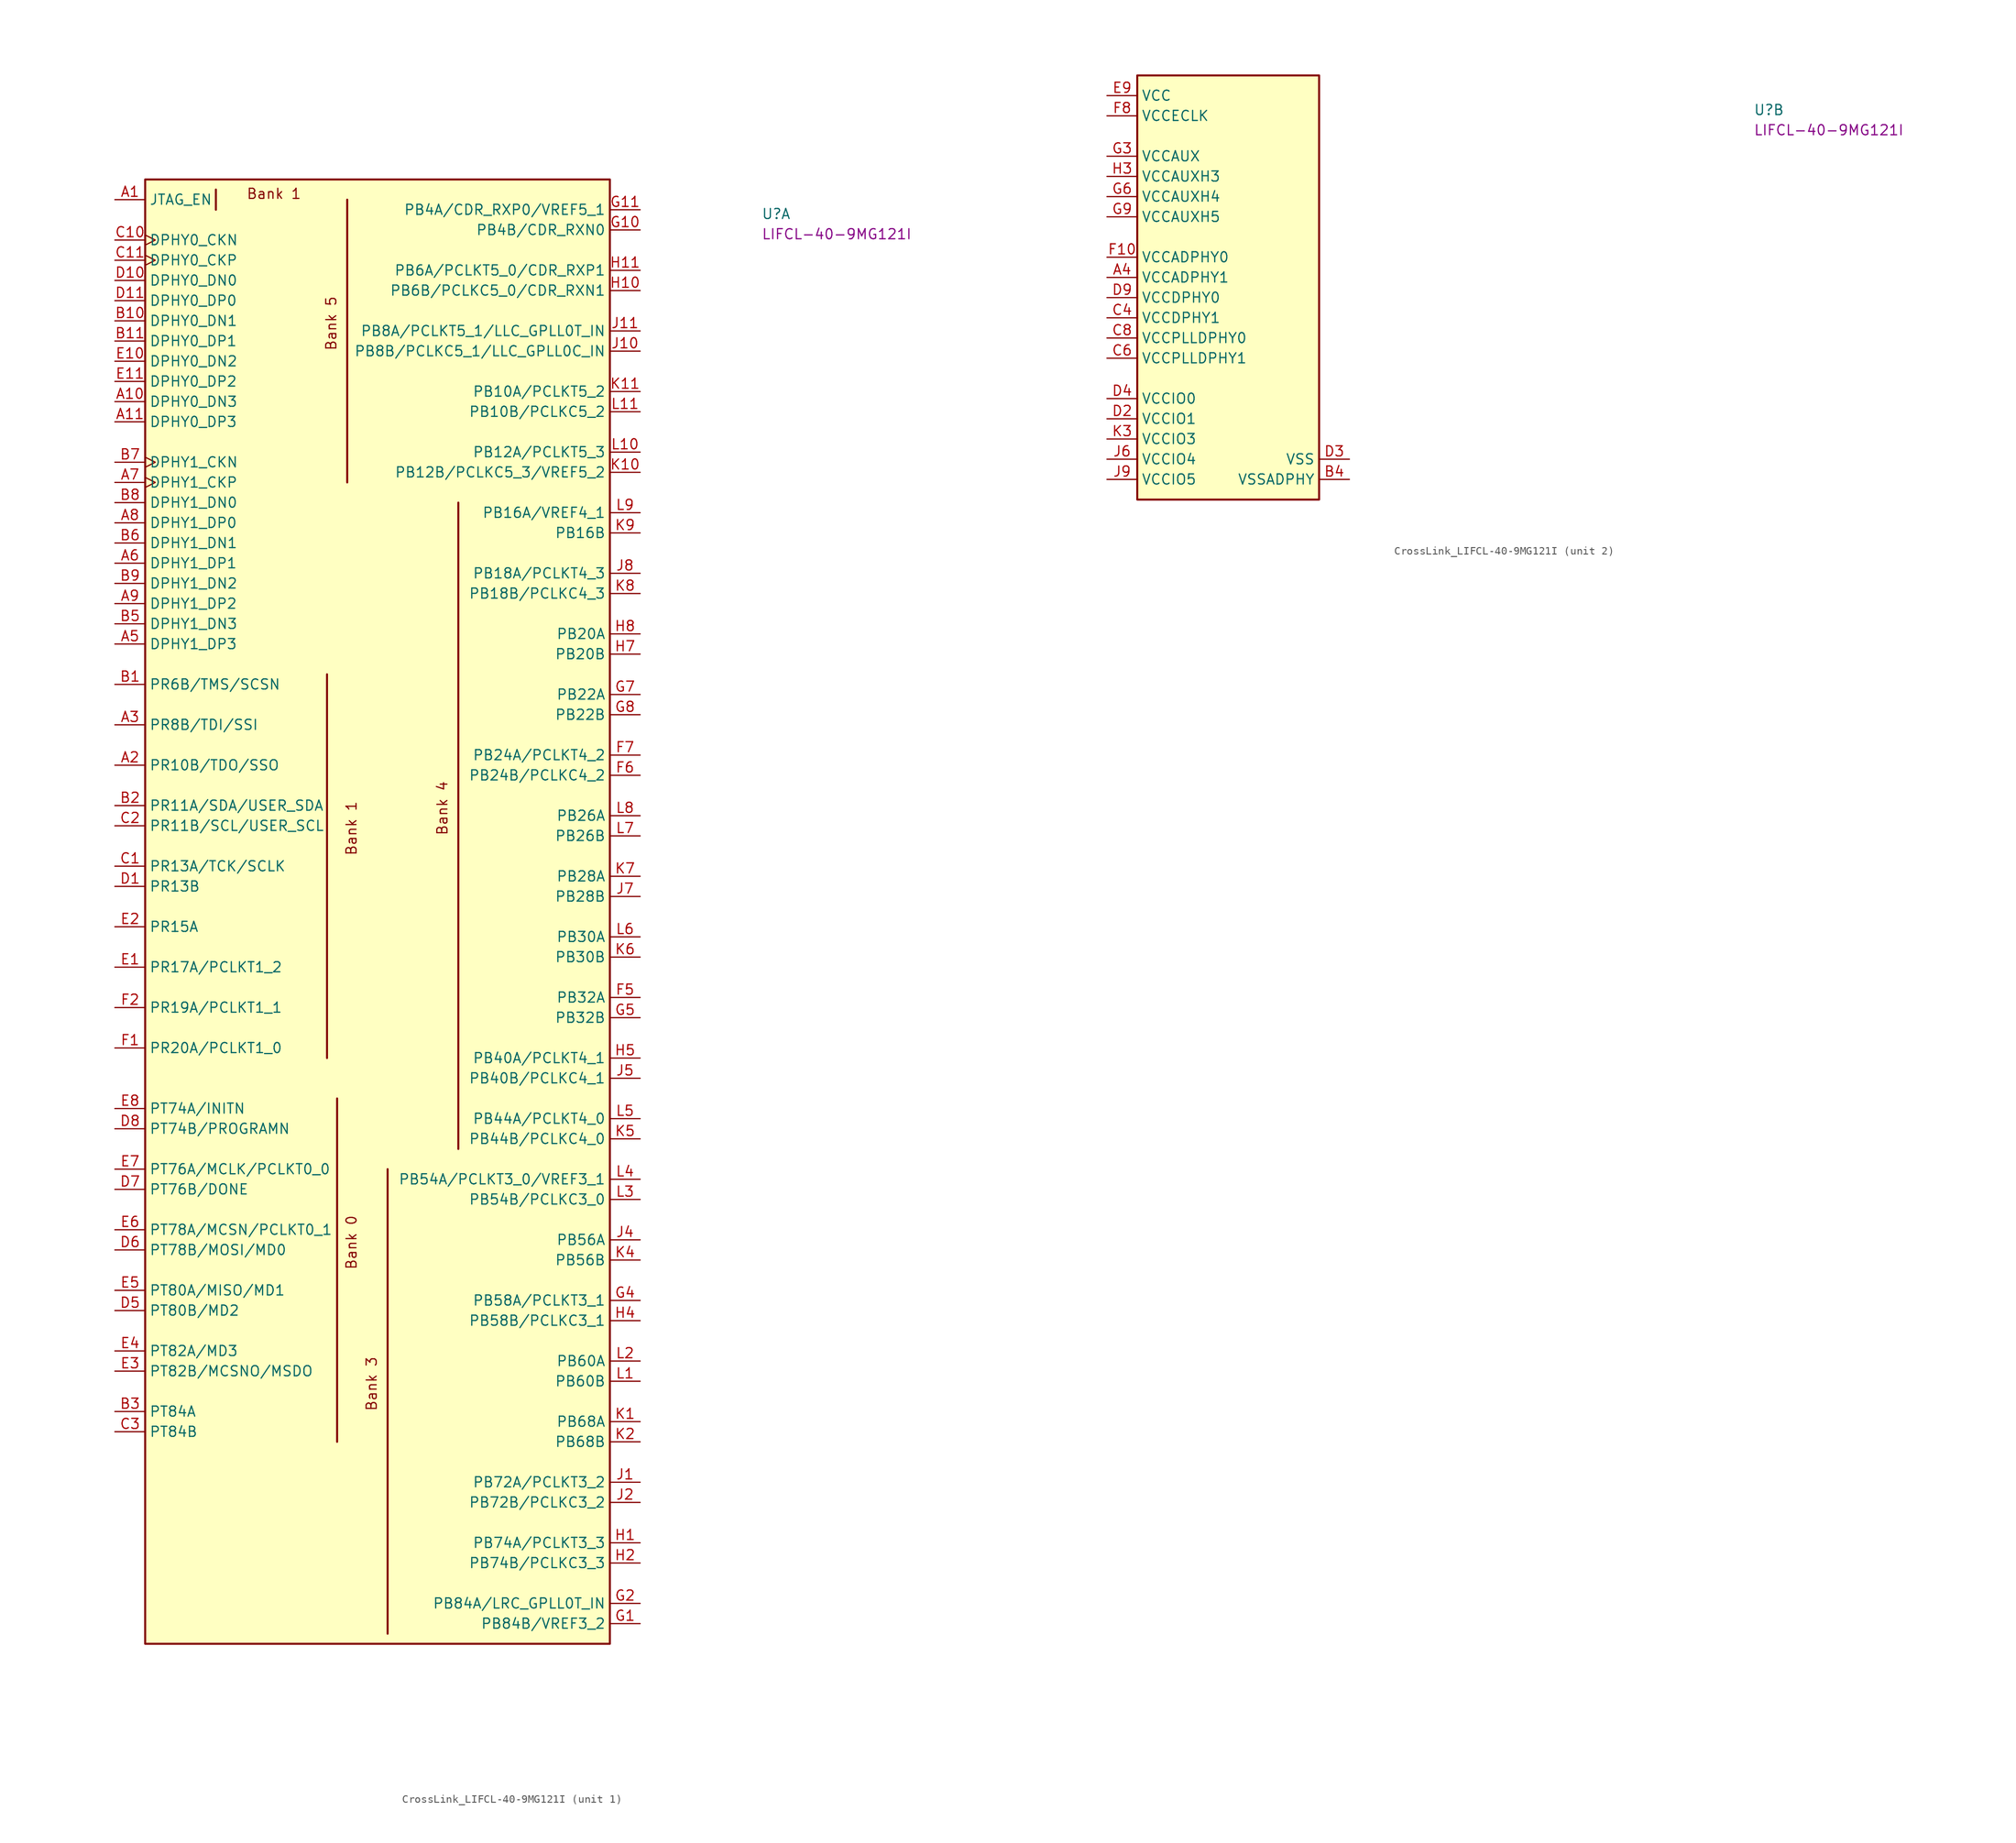
<source format=kicad_sym>
(kicad_symbol_lib
  (version 20220914)
  (generator kicad_symbol_editor)
  (symbol "CrossLink_LIFCL-40-9MG121I"
    (property "Reference" "U"
      (at 81.28 -2.54 0)
      (effects (font (size 1.27 1.27) (thickness 0.15)) (justify left bottom)))
    (property "MPN" "LIFCL-40-9MG121I"
      (at 81.28 -5.08 0)
      (effects (font (size 1.27 1.27) (thickness 0.15)) (justify left bottom)))
    (property "ki_locked" ""
      (at 0 0 0)
      (effects (font (size 1.27 1.27))))
    (symbol "CrossLink_LIFCL-40-9MG121I_1_1"
      (polyline (pts (xy 12.7 1.27) (xy 12.7 -1.27)) (stroke (width 0.254) (type default)) (fill (type background)))
      (polyline (pts (xy 27.94 -113.03) (xy 27.94 -156.21)) (stroke (width 0.254) (type default)) (fill (type background)))
      (polyline (pts (xy 29.21 0) (xy 29.21 -35.56)) (stroke (width 0.254) (type default)) (fill (type background)))
      (polyline (pts (xy 34.29 -180.34) (xy 34.29 -121.92)) (stroke (width 0.254) (type default)) (fill (type background)))
      (polyline (pts (xy 43.18 -119.38) (xy 43.18 -38.1)) (stroke (width 0.254) (type default)) (fill (type background)))
      (polyline (pts (xy 26.67 -107.95) (xy 26.67 -64.77) (xy 26.67 -59.69)) (stroke (width 0.254) (type default)) (fill (type background)))
      (rectangle (start 3.81 2.54) (end 62.23 -181.61) (stroke (width 0.254) (type default)) (fill (type background)))
      (text "Bank 0" (at 30.48 -134.62 900) (effects (font (size 1.27 1.27) (thickness 0.15)) (justify left bottom)))
      (text "Bank 1" (at 16.51 0 0) (effects (font (size 1.27 1.27) (thickness 0.15)) (justify left bottom)))
      (text "Bank 1" (at 30.48 -82.55 900) (effects (font (size 1.27 1.27) (thickness 0.15)) (justify left bottom)))
      (text "Bank 3" (at 33.02 -152.4 900) (effects (font (size 1.27 1.27) (thickness 0.15)) (justify left bottom)))
      (text "Bank 4" (at 41.91 -80.01 900) (effects (font (size 1.27 1.27) (thickness 0.15)) (justify left bottom)))
      (text "Bank 5" (at 27.94 -19.05 900) (effects (font (size 1.27 1.27) (thickness 0.15)) (justify left bottom)))
      (pin input line (at 0 0 0) (length 3.81) (name "JTAG_EN" (effects (font (size 1.27 1.27)))) (number "A1" (effects (font (size 1.27 1.27)))))
      (pin bidirectional line (at 0 -25.4 0) (length 3.81) (name "DPHY0_DN3" (effects (font (size 1.27 1.27)))) (number "A10" (effects (font (size 1.27 1.27)))))
      (pin bidirectional line (at 0 -27.94 0) (length 3.81) (name "DPHY0_DP3" (effects (font (size 1.27 1.27)))) (number "A11" (effects (font (size 1.27 1.27)))))
      (pin bidirectional line (at 0 -71.12 0) (length 3.81) (name "PR10B/TDO/SSO" (effects (font (size 1.27 1.27)))) (number "A2" (effects (font (size 1.27 1.27)))))
      (pin bidirectional line (at 0 -66.04 0) (length 3.81) (name "PR8B/TDI/SSI" (effects (font (size 1.27 1.27)))) (number "A3" (effects (font (size 1.27 1.27)))))
      (pin bidirectional line (at 0 -55.88 0) (length 3.81) (name "DPHY1_DP3" (effects (font (size 1.27 1.27)))) (number "A5" (effects (font (size 1.27 1.27)))))
      (pin bidirectional line (at 0 -45.72 0) (length 3.81) (name "DPHY1_DP1" (effects (font (size 1.27 1.27)))) (number "A6" (effects (font (size 1.27 1.27)))))
      (pin input clock (at 0 -35.56 0) (length 3.81) (name "DPHY1_CKP" (effects (font (size 1.27 1.27)))) (number "A7" (effects (font (size 1.27 1.27)))))
      (pin bidirectional line (at 0 -40.64 0) (length 3.81) (name "DPHY1_DP0" (effects (font (size 1.27 1.27)))) (number "A8" (effects (font (size 1.27 1.27)))))
      (pin bidirectional line (at 0 -50.8 0) (length 3.81) (name "DPHY1_DP2" (effects (font (size 1.27 1.27)))) (number "A9" (effects (font (size 1.27 1.27)))))
      (pin bidirectional line (at 0 -60.96 0) (length 3.81) (name "PR6B/TMS/SCSN" (effects (font (size 1.27 1.27)))) (number "B1" (effects (font (size 1.27 1.27)))))
      (pin bidirectional line (at 0 -15.24 0) (length 3.81) (name "DPHY0_DN1" (effects (font (size 1.27 1.27)))) (number "B10" (effects (font (size 1.27 1.27)))))
      (pin bidirectional line (at 0 -17.78 0) (length 3.81) (name "DPHY0_DP1" (effects (font (size 1.27 1.27)))) (number "B11" (effects (font (size 1.27 1.27)))))
      (pin bidirectional line (at 0 -76.2 0) (length 3.81) (name "PR11A/SDA/USER_SDA" (effects (font (size 1.27 1.27)))) (number "B2" (effects (font (size 1.27 1.27)))))
      (pin bidirectional line (at 0 -152.4 0) (length 3.81) (name "PT84A" (effects (font (size 1.27 1.27)))) (number "B3" (effects (font (size 1.27 1.27)))))
      (pin bidirectional line (at 0 -53.34 0) (length 3.81) (name "DPHY1_DN3" (effects (font (size 1.27 1.27)))) (number "B5" (effects (font (size 1.27 1.27)))))
      (pin bidirectional line (at 0 -43.18 0) (length 3.81) (name "DPHY1_DN1" (effects (font (size 1.27 1.27)))) (number "B6" (effects (font (size 1.27 1.27)))))
      (pin input clock (at 0 -33.02 0) (length 3.81) (name "DPHY1_CKN" (effects (font (size 1.27 1.27)))) (number "B7" (effects (font (size 1.27 1.27)))))
      (pin bidirectional line (at 0 -38.1 0) (length 3.81) (name "DPHY1_DN0" (effects (font (size 1.27 1.27)))) (number "B8" (effects (font (size 1.27 1.27)))))
      (pin bidirectional line (at 0 -48.26 0) (length 3.81) (name "DPHY1_DN2" (effects (font (size 1.27 1.27)))) (number "B9" (effects (font (size 1.27 1.27)))))
      (pin bidirectional line (at 0 -83.82 0) (length 3.81) (name "PR13A/TCK/SCLK" (effects (font (size 1.27 1.27)))) (number "C1" (effects (font (size 1.27 1.27)))))
      (pin input clock (at 0 -5.08 0) (length 3.81) (name "DPHY0_CKN" (effects (font (size 1.27 1.27)))) (number "C10" (effects (font (size 1.27 1.27)))))
      (pin input clock (at 0 -7.62 0) (length 3.81) (name "DPHY0_CKP" (effects (font (size 1.27 1.27)))) (number "C11" (effects (font (size 1.27 1.27)))))
      (pin bidirectional line (at 0 -78.74 0) (length 3.81) (name "PR11B/SCL/USER_SCL" (effects (font (size 1.27 1.27)))) (number "C2" (effects (font (size 1.27 1.27)))))
      (pin bidirectional line (at 0 -154.94 0) (length 3.81) (name "PT84B" (effects (font (size 1.27 1.27)))) (number "C3" (effects (font (size 1.27 1.27)))))
      (pin bidirectional line (at 0 -86.36 0) (length 3.81) (name "PR13B" (effects (font (size 1.27 1.27)))) (number "D1" (effects (font (size 1.27 1.27)))))
      (pin bidirectional line (at 0 -10.16 0) (length 3.81) (name "DPHY0_DN0" (effects (font (size 1.27 1.27)))) (number "D10" (effects (font (size 1.27 1.27)))))
      (pin bidirectional line (at 0 -12.7 0) (length 3.81) (name "DPHY0_DP0" (effects (font (size 1.27 1.27)))) (number "D11" (effects (font (size 1.27 1.27)))))
      (pin bidirectional line (at 0 -139.7 0) (length 3.81) (name "PT80B/MD2" (effects (font (size 1.27 1.27)))) (number "D5" (effects (font (size 1.27 1.27)))))
      (pin bidirectional line (at 0 -132.08 0) (length 3.81) (name "PT78B/MOSI/MD0" (effects (font (size 1.27 1.27)))) (number "D6" (effects (font (size 1.27 1.27)))))
      (pin bidirectional line (at 0 -124.46 0) (length 3.81) (name "PT76B/DONE" (effects (font (size 1.27 1.27)))) (number "D7" (effects (font (size 1.27 1.27)))))
      (pin bidirectional line (at 0 -116.84 0) (length 3.81) (name "PT74B/PROGRAMN" (effects (font (size 1.27 1.27)))) (number "D8" (effects (font (size 1.27 1.27)))))
      (pin bidirectional line (at 0 -96.52 0) (length 3.81) (name "PR17A/PCLKT1_2" (effects (font (size 1.27 1.27)))) (number "E1" (effects (font (size 1.27 1.27)))))
      (pin bidirectional line (at 0 -20.32 0) (length 3.81) (name "DPHY0_DN2" (effects (font (size 1.27 1.27)))) (number "E10" (effects (font (size 1.27 1.27)))))
      (pin bidirectional line (at 0 -22.86 0) (length 3.81) (name "DPHY0_DP2" (effects (font (size 1.27 1.27)))) (number "E11" (effects (font (size 1.27 1.27)))))
      (pin bidirectional line (at 0 -91.44 0) (length 3.81) (name "PR15A" (effects (font (size 1.27 1.27)))) (number "E2" (effects (font (size 1.27 1.27)))))
      (pin bidirectional line (at 0 -147.32 0) (length 3.81) (name "PT82B/MCSNO/MSDO" (effects (font (size 1.27 1.27)))) (number "E3" (effects (font (size 1.27 1.27)))))
      (pin bidirectional line (at 0 -144.78 0) (length 3.81) (name "PT82A/MD3" (effects (font (size 1.27 1.27)))) (number "E4" (effects (font (size 1.27 1.27)))))
      (pin bidirectional line (at 0 -137.16 0) (length 3.81) (name "PT80A/MISO/MD1" (effects (font (size 1.27 1.27)))) (number "E5" (effects (font (size 1.27 1.27)))))
      (pin bidirectional line (at 0 -129.54 0) (length 3.81) (name "PT78A/MCSN/PCLKT0_1" (effects (font (size 1.27 1.27)))) (number "E6" (effects (font (size 1.27 1.27)))))
      (pin bidirectional line (at 0 -121.92 0) (length 3.81) (name "PT76A/MCLK/PCLKT0_0" (effects (font (size 1.27 1.27)))) (number "E7" (effects (font (size 1.27 1.27)))))
      (pin bidirectional line (at 0 -114.3 0) (length 3.81) (name "PT74A/INITN" (effects (font (size 1.27 1.27)))) (number "E8" (effects (font (size 1.27 1.27)))))
      (pin bidirectional line (at 0 -106.68 0) (length 3.81) (name "PR20A/PCLKT1_0" (effects (font (size 1.27 1.27)))) (number "F1" (effects (font (size 1.27 1.27)))))
      (pin bidirectional line (at 0 -101.6 0) (length 3.81) (name "PR19A/PCLKT1_1" (effects (font (size 1.27 1.27)))) (number "F2" (effects (font (size 1.27 1.27)))))
      (pin bidirectional line (at 66.04 -100.33 180) (length 3.81) (name "PB32A" (effects (font (size 1.27 1.27)))) (number "F5" (effects (font (size 1.27 1.27)))))
      (pin bidirectional line (at 66.04 -72.39 180) (length 3.81) (name "PB24B/PCLKC4_2" (effects (font (size 1.27 1.27)))) (number "F6" (effects (font (size 1.27 1.27)))))
      (pin bidirectional line (at 66.04 -69.85 180) (length 3.81) (name "PB24A/PCLKT4_2" (effects (font (size 1.27 1.27)))) (number "F7" (effects (font (size 1.27 1.27)))))
      (pin bidirectional line (at 66.04 -179.07 180) (length 3.81) (name "PB84B/VREF3_2" (effects (font (size 1.27 1.27)))) (number "G1" (effects (font (size 1.27 1.27)))))
      (pin bidirectional line (at 66.04 -3.81 180) (length 3.81) (name "PB4B/CDR_RXN0" (effects (font (size 1.27 1.27)))) (number "G10" (effects (font (size 1.27 1.27)))))
      (pin bidirectional line (at 66.04 -1.27 180) (length 3.81) (name "PB4A/CDR_RXP0/VREF5_1" (effects (font (size 1.27 1.27)))) (number "G11" (effects (font (size 1.27 1.27)))))
      (pin bidirectional line (at 66.04 -176.53 180) (length 3.81) (name "PB84A/LRC_GPLL0T_IN" (effects (font (size 1.27 1.27)))) (number "G2" (effects (font (size 1.27 1.27)))))
      (pin bidirectional line (at 66.04 -138.43 180) (length 3.81) (name "PB58A/PCLKT3_1" (effects (font (size 1.27 1.27)))) (number "G4" (effects (font (size 1.27 1.27)))))
      (pin bidirectional line (at 66.04 -102.87 180) (length 3.81) (name "PB32B" (effects (font (size 1.27 1.27)))) (number "G5" (effects (font (size 1.27 1.27)))))
      (pin bidirectional line (at 66.04 -62.23 180) (length 3.81) (name "PB22A" (effects (font (size 1.27 1.27)))) (number "G7" (effects (font (size 1.27 1.27)))))
      (pin bidirectional line (at 66.04 -64.77 180) (length 3.81) (name "PB22B" (effects (font (size 1.27 1.27)))) (number "G8" (effects (font (size 1.27 1.27)))))
      (pin bidirectional line (at 66.04 -168.91 180) (length 3.81) (name "PB74A/PCLKT3_3" (effects (font (size 1.27 1.27)))) (number "H1" (effects (font (size 1.27 1.27)))))
      (pin bidirectional line (at 66.04 -11.43 180) (length 3.81) (name "PB6B/PCLKC5_0/CDR_RXN1" (effects (font (size 1.27 1.27)))) (number "H10" (effects (font (size 1.27 1.27)))))
      (pin bidirectional line (at 66.04 -8.89 180) (length 3.81) (name "PB6A/PCLKT5_0/CDR_RXP1" (effects (font (size 1.27 1.27)))) (number "H11" (effects (font (size 1.27 1.27)))))
      (pin bidirectional line (at 66.04 -171.45 180) (length 3.81) (name "PB74B/PCLKC3_3" (effects (font (size 1.27 1.27)))) (number "H2" (effects (font (size 1.27 1.27)))))
      (pin bidirectional line (at 66.04 -140.97 180) (length 3.81) (name "PB58B/PCLKC3_1" (effects (font (size 1.27 1.27)))) (number "H4" (effects (font (size 1.27 1.27)))))
      (pin bidirectional line (at 66.04 -107.95 180) (length 3.81) (name "PB40A/PCLKT4_1" (effects (font (size 1.27 1.27)))) (number "H5" (effects (font (size 1.27 1.27)))))
      (pin bidirectional line (at 66.04 -57.15 180) (length 3.81) (name "PB20B" (effects (font (size 1.27 1.27)))) (number "H7" (effects (font (size 1.27 1.27)))))
      (pin bidirectional line (at 66.04 -54.61 180) (length 3.81) (name "PB20A" (effects (font (size 1.27 1.27)))) (number "H8" (effects (font (size 1.27 1.27)))))
      (pin bidirectional line (at 66.04 -161.29 180) (length 3.81) (name "PB72A/PCLKT3_2" (effects (font (size 1.27 1.27)))) (number "J1" (effects (font (size 1.27 1.27)))))
      (pin bidirectional line (at 66.04 -19.05 180) (length 3.81) (name "PB8B/PCLKC5_1/LLC_GPLL0C_IN" (effects (font (size 1.27 1.27)))) (number "J10" (effects (font (size 1.27 1.27)))))
      (pin bidirectional line (at 66.04 -16.51 180) (length 3.81) (name "PB8A/PCLKT5_1/LLC_GPLL0T_IN" (effects (font (size 1.27 1.27)))) (number "J11" (effects (font (size 1.27 1.27)))))
      (pin bidirectional line (at 66.04 -163.83 180) (length 3.81) (name "PB72B/PCLKC3_2" (effects (font (size 1.27 1.27)))) (number "J2" (effects (font (size 1.27 1.27)))))
      (pin bidirectional line (at 66.04 -130.81 180) (length 3.81) (name "PB56A" (effects (font (size 1.27 1.27)))) (number "J4" (effects (font (size 1.27 1.27)))))
      (pin bidirectional line (at 66.04 -110.49 180) (length 3.81) (name "PB40B/PCLKC4_1" (effects (font (size 1.27 1.27)))) (number "J5" (effects (font (size 1.27 1.27)))))
      (pin bidirectional line (at 66.04 -87.63 180) (length 3.81) (name "PB28B" (effects (font (size 1.27 1.27)))) (number "J7" (effects (font (size 1.27 1.27)))))
      (pin bidirectional line (at 66.04 -46.99 180) (length 3.81) (name "PB18A/PCLKT4_3" (effects (font (size 1.27 1.27)))) (number "J8" (effects (font (size 1.27 1.27)))))
      (pin bidirectional line (at 66.04 -153.67 180) (length 3.81) (name "PB68A" (effects (font (size 1.27 1.27)))) (number "K1" (effects (font (size 1.27 1.27)))))
      (pin bidirectional line (at 66.04 -34.29 180) (length 3.81) (name "PB12B/PCLKC5_3/VREF5_2" (effects (font (size 1.27 1.27)))) (number "K10" (effects (font (size 1.27 1.27)))))
      (pin bidirectional line (at 66.04 -24.13 180) (length 3.81) (name "PB10A/PCLKT5_2" (effects (font (size 1.27 1.27)))) (number "K11" (effects (font (size 1.27 1.27)))))
      (pin bidirectional line (at 66.04 -156.21 180) (length 3.81) (name "PB68B" (effects (font (size 1.27 1.27)))) (number "K2" (effects (font (size 1.27 1.27)))))
      (pin bidirectional line (at 66.04 -133.35 180) (length 3.81) (name "PB56B" (effects (font (size 1.27 1.27)))) (number "K4" (effects (font (size 1.27 1.27)))))
      (pin bidirectional line (at 66.04 -118.11 180) (length 3.81) (name "PB44B/PCLKC4_0" (effects (font (size 1.27 1.27)))) (number "K5" (effects (font (size 1.27 1.27)))))
      (pin bidirectional line (at 66.04 -95.25 180) (length 3.81) (name "PB30B" (effects (font (size 1.27 1.27)))) (number "K6" (effects (font (size 1.27 1.27)))))
      (pin bidirectional line (at 66.04 -85.09 180) (length 3.81) (name "PB28A" (effects (font (size 1.27 1.27)))) (number "K7" (effects (font (size 1.27 1.27)))))
      (pin bidirectional line (at 66.04 -49.53 180) (length 3.81) (name "PB18B/PCLKC4_3" (effects (font (size 1.27 1.27)))) (number "K8" (effects (font (size 1.27 1.27)))))
      (pin bidirectional line (at 66.04 -41.91 180) (length 3.81) (name "PB16B" (effects (font (size 1.27 1.27)))) (number "K9" (effects (font (size 1.27 1.27)))))
      (pin bidirectional line (at 66.04 -148.59 180) (length 3.81) (name "PB60B" (effects (font (size 1.27 1.27)))) (number "L1" (effects (font (size 1.27 1.27)))))
      (pin bidirectional line (at 66.04 -31.75 180) (length 3.81) (name "PB12A/PCLKT5_3" (effects (font (size 1.27 1.27)))) (number "L10" (effects (font (size 1.27 1.27)))))
      (pin bidirectional line (at 66.04 -26.67 180) (length 3.81) (name "PB10B/PCLKC5_2" (effects (font (size 1.27 1.27)))) (number "L11" (effects (font (size 1.27 1.27)))))
      (pin bidirectional line (at 66.04 -146.05 180) (length 3.81) (name "PB60A" (effects (font (size 1.27 1.27)))) (number "L2" (effects (font (size 1.27 1.27)))))
      (pin bidirectional line (at 66.04 -125.73 180) (length 3.81) (name "PB54B/PCLKC3_0" (effects (font (size 1.27 1.27)))) (number "L3" (effects (font (size 1.27 1.27)))))
      (pin bidirectional line (at 66.04 -123.19 180) (length 3.81) (name "PB54A/PCLKT3_0/VREF3_1" (effects (font (size 1.27 1.27)))) (number "L4" (effects (font (size 1.27 1.27)))))
      (pin bidirectional line (at 66.04 -115.57 180) (length 3.81) (name "PB44A/PCLKT4_0" (effects (font (size 1.27 1.27)))) (number "L5" (effects (font (size 1.27 1.27)))))
      (pin bidirectional line (at 66.04 -92.71 180) (length 3.81) (name "PB30A" (effects (font (size 1.27 1.27)))) (number "L6" (effects (font (size 1.27 1.27)))))
      (pin bidirectional line (at 66.04 -80.01 180) (length 3.81) (name "PB26B" (effects (font (size 1.27 1.27)))) (number "L7" (effects (font (size 1.27 1.27)))))
      (pin bidirectional line (at 66.04 -77.47 180) (length 3.81) (name "PB26A" (effects (font (size 1.27 1.27)))) (number "L8" (effects (font (size 1.27 1.27)))))
      (pin bidirectional line (at 66.04 -39.37 180) (length 3.81) (name "PB16A/VREF4_1" (effects (font (size 1.27 1.27)))) (number "L9" (effects (font (size 1.27 1.27))))))
    (symbol "CrossLink_LIFCL-40-9MG121I_2_1"
      (rectangle (start 3.81 2.54) (end 26.67 -50.8) (stroke (width 0.254) (type default)) (fill (type background)))
      (pin power_in line (at 0 -22.86 0) (length 3.81) (name "VCCADPHY1" (effects (font (size 1.27 1.27)))) (number "A4" (effects (font (size 1.27 1.27)))))
      (pin power_in line (at 30.48 -48.26 180) (length 3.81) (name "VSSADPHY" (effects (font (size 1.27 1.27)))) (number "B4" (effects (font (size 1.27 1.27)))))
      (pin power_in line (at 0 -27.94 0) (length 3.81) (name "VCCDPHY1" (effects (font (size 1.27 1.27)))) (number "C4" (effects (font (size 1.27 1.27)))))
      (pin passive line (at 30.48 -48.26 180) (length 3.81) hide (name "VSSADPHY" (effects (font (size 1.27 1.27)))) (number "C5" (effects (font (size 1.27 1.27)))))
      (pin power_in line (at 0 -33.02 0) (length 3.81) (name "VCCPLLDPHY1" (effects (font (size 1.27 1.27)))) (number "C6" (effects (font (size 1.27 1.27)))))
      (pin passive line (at 30.48 -48.26 180) (length 3.81) hide (name "VSSADPHY" (effects (font (size 1.27 1.27)))) (number "C7" (effects (font (size 1.27 1.27)))))
      (pin power_in line (at 0 -30.48 0) (length 3.81) (name "VCCPLLDPHY0" (effects (font (size 1.27 1.27)))) (number "C8" (effects (font (size 1.27 1.27)))))
      (pin passive line (at 30.48 -48.26 180) (length 3.81) hide (name "VSSADPHY" (effects (font (size 1.27 1.27)))) (number "C9" (effects (font (size 1.27 1.27)))))
      (pin power_in line (at 0 -40.64 0) (length 3.81) (name "VCCIO1" (effects (font (size 1.27 1.27)))) (number "D2" (effects (font (size 1.27 1.27)))))
      (pin power_in line (at 30.48 -45.72 180) (length 3.81) (name "VSS" (effects (font (size 1.27 1.27)))) (number "D3" (effects (font (size 1.27 1.27)))))
      (pin power_in line (at 0 -38.1 0) (length 3.81) (name "VCCIO0" (effects (font (size 1.27 1.27)))) (number "D4" (effects (font (size 1.27 1.27)))))
      (pin power_in line (at 0 -25.4 0) (length 3.81) (name "VCCDPHY0" (effects (font (size 1.27 1.27)))) (number "D9" (effects (font (size 1.27 1.27)))))
      (pin power_in line (at 0 0 0) (length 3.81) (name "VCC" (effects (font (size 1.27 1.27)))) (number "E9" (effects (font (size 1.27 1.27)))))
      (pin power_in line (at 0 -20.32 0) (length 3.81) (name "VCCADPHY0" (effects (font (size 1.27 1.27)))) (number "F10" (effects (font (size 1.27 1.27)))))
      (pin passive line (at 30.48 -48.26 180) (length 3.81) hide (name "VSSADPHY" (effects (font (size 1.27 1.27)))) (number "F11" (effects (font (size 1.27 1.27)))))
      (pin passive line (at 30.48 -45.72 180) (length 3.81) hide (name "VSS" (effects (font (size 1.27 1.27)))) (number "F3" (effects (font (size 1.27 1.27)))))
      (pin passive line (at 0 0 0) (length 3.81) hide (name "VCC" (effects (font (size 1.27 1.27)))) (number "F4" (effects (font (size 1.27 1.27)))))
      (pin power_in line (at 0 -2.54 0) (length 3.81) (name "VCCECLK" (effects (font (size 1.27 1.27)))) (number "F8" (effects (font (size 1.27 1.27)))))
      (pin passive line (at 30.48 -45.72 180) (length 3.81) hide (name "VSS" (effects (font (size 1.27 1.27)))) (number "F9" (effects (font (size 1.27 1.27)))))
      (pin power_in line (at 0 -7.62 0) (length 3.81) (name "VCCAUX" (effects (font (size 1.27 1.27)))) (number "G3" (effects (font (size 1.27 1.27)))))
      (pin power_in line (at 0 -12.7 0) (length 3.81) (name "VCCAUXH4" (effects (font (size 1.27 1.27)))) (number "G6" (effects (font (size 1.27 1.27)))))
      (pin power_in line (at 0 -15.24 0) (length 3.81) (name "VCCAUXH5" (effects (font (size 1.27 1.27)))) (number "G9" (effects (font (size 1.27 1.27)))))
      (pin power_in line (at 0 -10.16 0) (length 3.81) (name "VCCAUXH3" (effects (font (size 1.27 1.27)))) (number "H3" (effects (font (size 1.27 1.27)))))
      (pin passive line (at 30.48 -45.72 180) (length 3.81) hide (name "VSS" (effects (font (size 1.27 1.27)))) (number "H6" (effects (font (size 1.27 1.27)))))
      (pin passive line (at 30.48 -45.72 180) (length 3.81) hide (name "VSS" (effects (font (size 1.27 1.27)))) (number "H9" (effects (font (size 1.27 1.27)))))
      (pin passive line (at 30.48 -45.72 180) (length 3.81) hide (name "VSS" (effects (font (size 1.27 1.27)))) (number "J3" (effects (font (size 1.27 1.27)))))
      (pin power_in line (at 0 -45.72 0) (length 3.81) (name "VCCIO4" (effects (font (size 1.27 1.27)))) (number "J6" (effects (font (size 1.27 1.27)))))
      (pin power_in line (at 0 -48.26 0) (length 3.81) (name "VCCIO5" (effects (font (size 1.27 1.27)))) (number "J9" (effects (font (size 1.27 1.27)))))
      (pin power_in line (at 0 -43.18 0) (length 3.81) (name "VCCIO3" (effects (font (size 1.27 1.27)))) (number "K3" (effects (font (size 1.27 1.27))))))))
</source>
